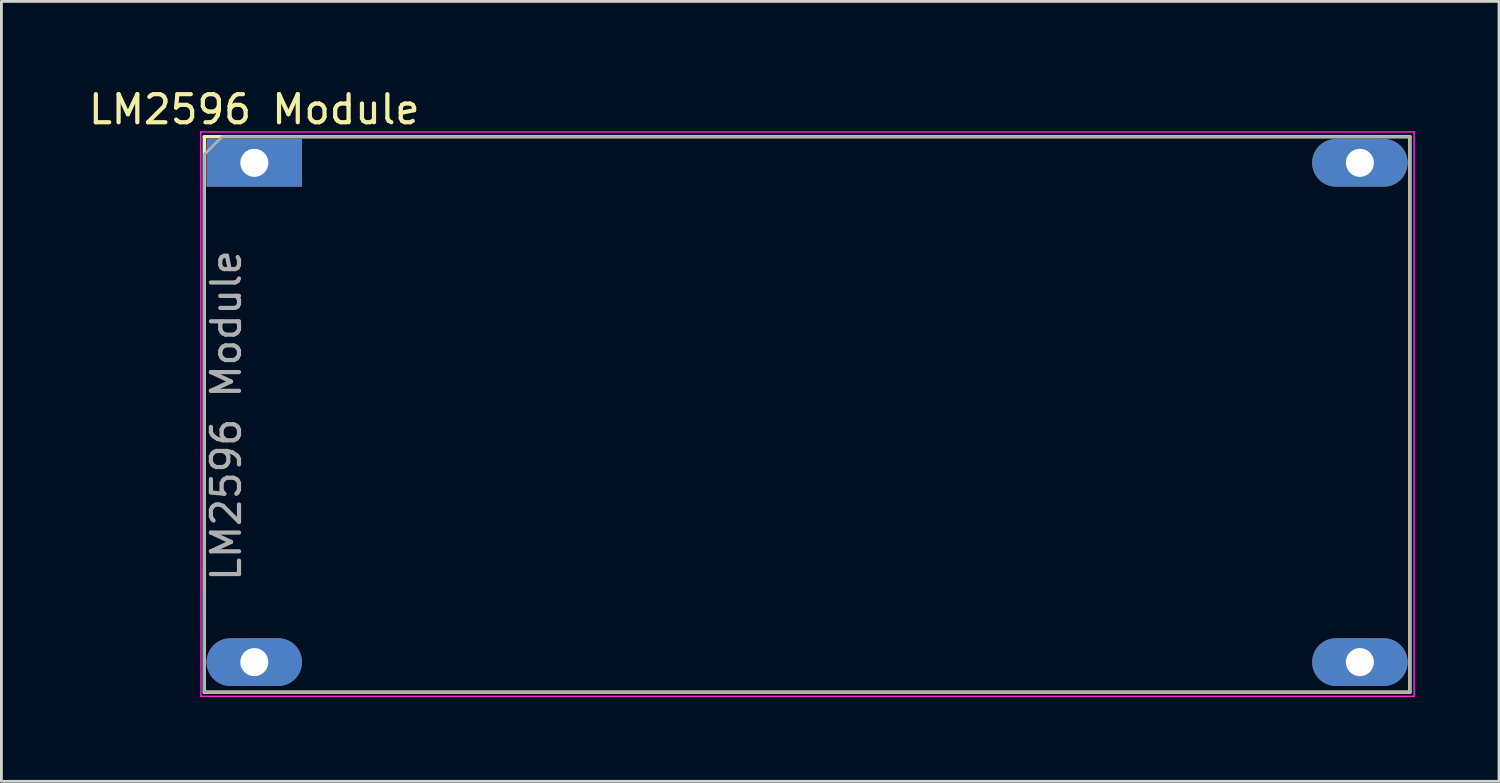
<source format=kicad_pcb>
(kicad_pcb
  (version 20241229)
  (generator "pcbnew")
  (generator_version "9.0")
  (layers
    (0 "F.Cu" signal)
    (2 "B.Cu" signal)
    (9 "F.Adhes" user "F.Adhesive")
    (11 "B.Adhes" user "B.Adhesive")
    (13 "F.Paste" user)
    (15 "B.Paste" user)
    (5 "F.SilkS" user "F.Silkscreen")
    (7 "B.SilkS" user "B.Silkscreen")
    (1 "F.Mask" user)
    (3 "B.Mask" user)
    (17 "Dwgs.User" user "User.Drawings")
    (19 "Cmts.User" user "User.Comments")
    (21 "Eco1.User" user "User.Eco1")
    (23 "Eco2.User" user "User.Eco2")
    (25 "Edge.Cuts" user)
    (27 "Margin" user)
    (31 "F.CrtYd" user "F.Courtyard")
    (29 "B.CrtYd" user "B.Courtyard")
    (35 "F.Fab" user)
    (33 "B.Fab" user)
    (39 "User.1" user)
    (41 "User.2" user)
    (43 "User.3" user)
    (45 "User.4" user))
  (footprint "LM2596 Module"
    (layer "F.Cu")
    (at 6.006 2.748)
    (property "Reference" "LM2596 Module" (at 0 -1.9 0) (layer "F.SilkS") (effects (font (size 1 1) (thickness 0.15))))
    (attr through_hole)
    (fp_line (start -1.78 -0.93) (end -1.78 18.85) (stroke (width 0.12) (type solid)) (layer "F.SilkS"))
    (fp_line (start -1.78 -0.93) (end 41.15 -0.93) (stroke (width 0.12) (type solid)) (layer "F.SilkS"))
    (fp_line (start -1.78 18.85) (end 41.15 18.85) (stroke (width 0.12) (type solid)) (layer "F.SilkS"))
    (fp_line (start 41.15 -0.93) (end 41.15 18.85) (stroke (width 0.12) (type solid)) (layer "F.SilkS"))
    (fp_line (start -1.905 -1.1) (end -1.9 19) (stroke (width 0.05) (type solid)) (layer "F.CrtYd"))
    (fp_line (start -1.9 -1.1) (end 41.3 -1.1) (stroke (width 0.05) (type solid)) (layer "F.CrtYd"))
    (fp_line (start -1.9 19) (end 41.3 19) (stroke (width 0.05) (type solid)) (layer "F.CrtYd"))
    (fp_line (start 41.3 -1.1) (end 41.3 19) (stroke (width 0.05) (type solid)) (layer "F.CrtYd"))
    (fp_line (start -1.78 -0.295) (end -1.145 -0.93) (stroke (width 0.1) (type solid)) (layer "F.Fab"))
    (fp_line (start -1.78 18.85) (end -1.78 -0.295) (stroke (width 0.1) (type solid)) (layer "F.Fab"))
    (fp_line (start -1.78 18.85) (end 41.15 18.85) (stroke (width 0.1) (type solid)) (layer "F.Fab"))
    (fp_line (start -1.145 -0.93) (end 41.15 -0.93) (stroke (width 0.1) (type solid)) (layer "F.Fab"))
    (fp_line (start 41.15 18.85) (end 41.15 -0.93) (stroke (width 0.1) (type solid)) (layer "F.Fab"))
    (fp_text user "${REFERENCE}" (at -1 9 90) (layer "F.Fab") (effects (font (size 1 1) (thickness 0.15))))
    (pad "1" thru_hole rect (at 0 0) (size 3.4 1.7) (drill 1) (layers "*.Cu" "*.Mask"))
    (pad "2" thru_hole oval (at 0 17.78) (size 3.4 1.7) (drill 1) (layers "*.Cu" "*.Mask"))
    (pad "3" thru_hole oval (at 39.37 0) (size 3.4 1.7) (drill 1) (layers "*.Cu" "*.Mask"))
    (pad "4" thru_hole oval (at 39.37 17.78) (size 3.4 1.7) (drill 1) (layers "*.Cu" "*.Mask")))
  (gr_rect
    (start -3 -3)
    (end 50.331 24.773)
    (stroke (width 0.1) (type default))
    (fill no)
    (layer "Edge.Cuts")))
</source>
